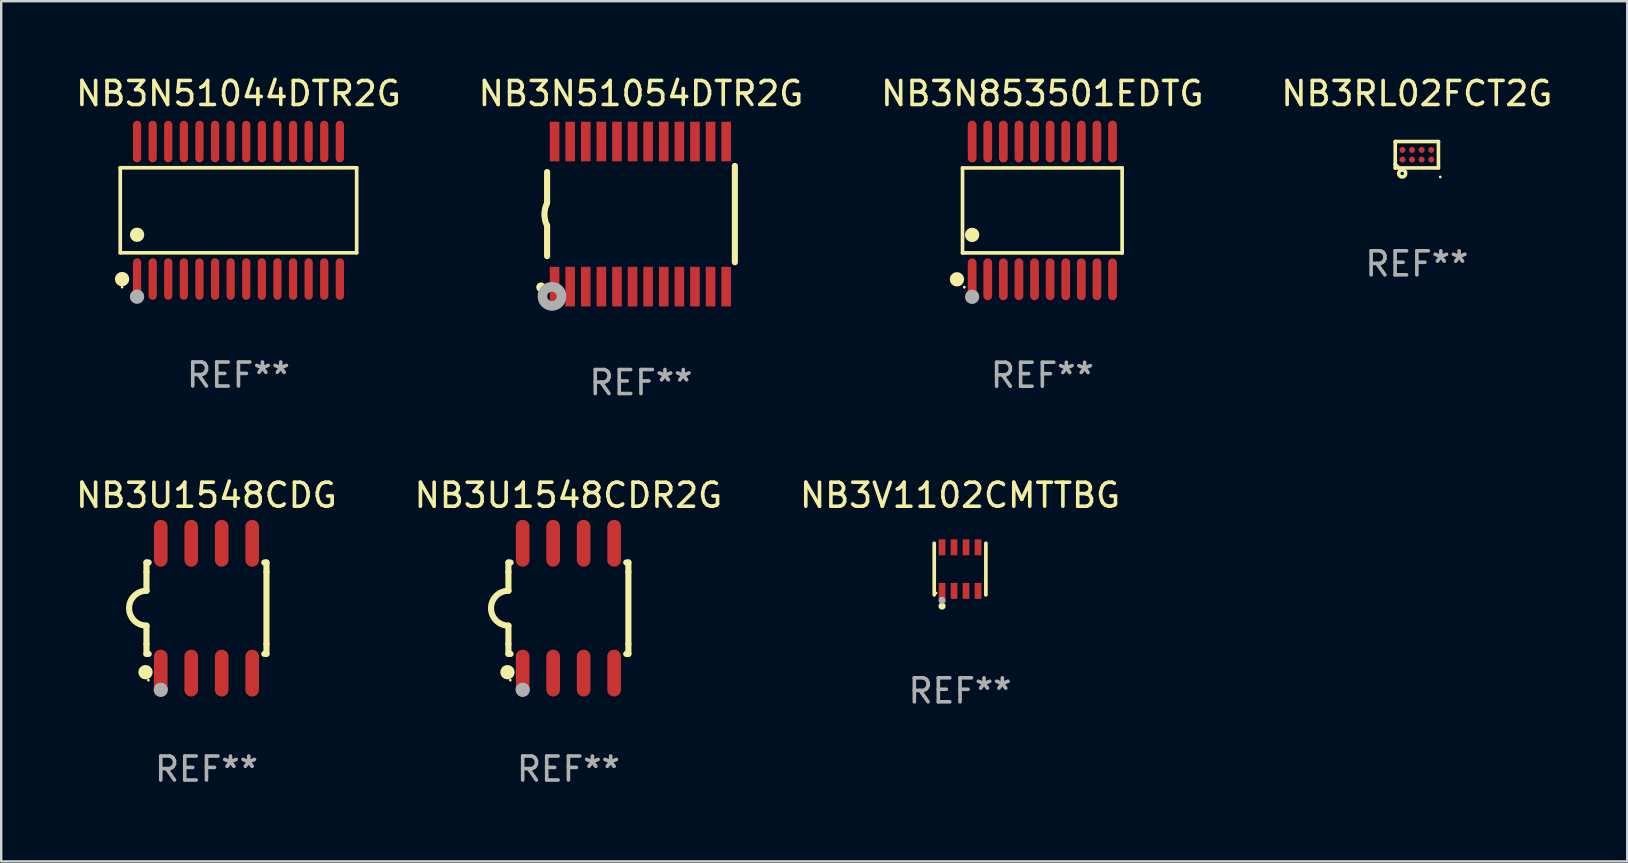
<source format=kicad_pcb>
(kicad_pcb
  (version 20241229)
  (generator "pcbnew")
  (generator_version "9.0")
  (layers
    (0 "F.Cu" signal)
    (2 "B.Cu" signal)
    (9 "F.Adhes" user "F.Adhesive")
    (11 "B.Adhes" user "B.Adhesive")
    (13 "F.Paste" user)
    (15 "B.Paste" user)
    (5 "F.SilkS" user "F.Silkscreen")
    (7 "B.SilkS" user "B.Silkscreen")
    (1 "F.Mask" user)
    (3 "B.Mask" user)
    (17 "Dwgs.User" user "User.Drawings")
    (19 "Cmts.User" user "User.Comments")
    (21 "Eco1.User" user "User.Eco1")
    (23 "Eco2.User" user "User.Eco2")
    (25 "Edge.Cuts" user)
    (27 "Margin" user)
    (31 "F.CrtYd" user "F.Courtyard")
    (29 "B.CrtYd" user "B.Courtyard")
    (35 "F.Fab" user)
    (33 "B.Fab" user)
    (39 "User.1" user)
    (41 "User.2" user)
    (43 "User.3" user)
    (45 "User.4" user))
  (footprint "NB3U1548CDG"
    (layer "F.Cu")
    (at 5.554 22.295)
    (property "Reference" "NB3U1548CDG" (at 0 -4.705 0) (layer "F.SilkS") (effects (font (size 1 1) (thickness 0.15))))
    (attr through_hole)
    (fp_line (start -2.5 -1.905) (end -2.409 -1.905) (stroke (width 0.254) (type solid)) (layer "F.SilkS"))
    (fp_line (start -2.5 -1.5) (end -2.5 -1.905) (stroke (width 0.254) (type solid)) (layer "F.SilkS"))
    (fp_line (start -2.5 -1.5) (end -2.5 -0.726) (stroke (width 0.254) (type solid)) (layer "F.SilkS"))
    (fp_line (start -2.5 1.5) (end -2.5 0.727) (stroke (width 0.254) (type solid)) (layer "F.SilkS"))
    (fp_line (start -2.5 1.5) (end -2.5 1.905) (stroke (width 0.254) (type solid)) (layer "F.SilkS"))
    (fp_line (start -2.5 1.905) (end -2.409 1.905) (stroke (width 0.254) (type solid)) (layer "F.SilkS"))
    (fp_line (start 2.5 -1.905) (end 2.409 -1.905) (stroke (width 0.254) (type solid)) (layer "F.SilkS"))
    (fp_line (start 2.5 -1.5) (end 2.5 -1.905) (stroke (width 0.254) (type solid)) (layer "F.SilkS"))
    (fp_line (start 2.5 -1.5) (end 2.5 1.5) (stroke (width 0.254) (type solid)) (layer "F.SilkS"))
    (fp_line (start 2.5 1.5) (end 2.5 1.905) (stroke (width 0.254) (type solid)) (layer "F.SilkS"))
    (fp_line (start 2.5 1.905) (end 2.409 1.905) (stroke (width 0.254) (type solid)) (layer "F.SilkS"))
    (fp_arc (start -2.5 0.726568) (mid -3.220316 -0.0023) (end -2.495097 -0.726289) (stroke (width 0.254001) (type solid)) (layer "F.SilkS"))
    (fp_circle (center -2.54 2.667) (end -2.39 2.667) (stroke (width 0.3) (type solid)) (fill no) (layer "F.SilkS"))
    (fp_circle (center -2.42 3) (end -2.39 3) (stroke (width 0.06) (type solid)) (fill no) (layer "F.SilkS"))
    (fp_circle (center -1.905 3.4) (end -1.755 3.4) (stroke (width 0.3) (type solid)) (fill no) (layer "F.Fab"))
    (fp_text user "REF**" (at 0 6.705 0) (layer "F.Fab") (effects (font (size 1 1) (thickness 0.15))))
    (pad "1" smd oval (at -1.905 2.705) (size 0.568 1.95) (layers "F.Cu" "F.Mask" "F.Paste"))
    (pad "2" smd oval (at -0.635 2.705) (size 0.568 1.95) (layers "F.Cu" "F.Mask" "F.Paste"))
    (pad "3" smd oval (at 0.635 2.705) (size 0.568 1.95) (layers "F.Cu" "F.Mask" "F.Paste"))
    (pad "4" smd oval (at 1.905 2.705) (size 0.568 1.95) (layers "F.Cu" "F.Mask" "F.Paste"))
    (pad "5" smd oval (at 1.905 -2.705) (size 0.568 1.95) (layers "F.Cu" "F.Mask" "F.Paste"))
    (pad "6" smd oval (at 0.635 -2.705) (size 0.568 1.95) (layers "F.Cu" "F.Mask" "F.Paste"))
    (pad "7" smd oval (at -0.635 -2.705) (size 0.568 1.95) (layers "F.Cu" "F.Mask" "F.Paste"))
    (pad "8" smd oval (at -1.905 -2.705) (size 0.568 1.95) (layers "F.Cu" "F.Mask" "F.Paste")))
  (footprint "NB3N51044DTR2G"
    (layer "F.Cu")
    (at 6.887 5.714)
    (property "Reference" "NB3N51044DTR2G" (at 0 -4.866 0) (layer "F.SilkS") (effects (font (size 1 1) (thickness 0.15))))
    (attr through_hole)
    (fp_line (start -4.926 -1.772) (end 4.926 -1.772) (stroke (width 0.152) (type solid)) (layer "F.SilkS"))
    (fp_line (start -4.926 1.771) (end -4.926 -1.772) (stroke (width 0.152) (type solid)) (layer "F.SilkS"))
    (fp_line (start 4.926 -1.772) (end 4.926 1.771) (stroke (width 0.152) (type solid)) (layer "F.SilkS"))
    (fp_line (start 4.926 1.771) (end -4.926 1.771) (stroke (width 0.152) (type solid)) (layer "F.SilkS"))
    (fp_circle (center -4.85 3.2) (end -4.82 3.2) (stroke (width 0.06) (type solid)) (fill no) (layer "F.SilkS"))
    (fp_circle (center -4.849 2.866) (end -4.699 2.866) (stroke (width 0.3) (type solid)) (fill no) (layer "F.SilkS"))
    (fp_circle (center -4.225 1.019) (end -4.075 1.019) (stroke (width 0.3) (type solid)) (fill no) (layer "F.SilkS"))
    (fp_circle (center -4.225 3.6) (end -4.075 3.6) (stroke (width 0.3) (type solid)) (fill no) (layer "F.Fab"))
    (fp_text user "REF**" (at 0 6.866 0) (layer "F.Fab") (effects (font (size 1 1) (thickness 0.15))))
    (pad "1" smd oval (at -4.225 2.866) (size 0.343 1.731) (layers "F.Cu" "F.Mask" "F.Paste"))
    (pad "2" smd oval (at -3.575 2.866) (size 0.343 1.731) (layers "F.Cu" "F.Mask" "F.Paste"))
    (pad "3" smd oval (at -2.925 2.866) (size 0.343 1.731) (layers "F.Cu" "F.Mask" "F.Paste"))
    (pad "4" smd oval (at -2.275 2.866) (size 0.343 1.731) (layers "F.Cu" "F.Mask" "F.Paste"))
    (pad "5" smd oval (at -1.625 2.866) (size 0.343 1.731) (layers "F.Cu" "F.Mask" "F.Paste"))
    (pad "6" smd oval (at -0.975 2.866) (size 0.343 1.731) (layers "F.Cu" "F.Mask" "F.Paste"))
    (pad "7" smd oval (at -0.325 2.866) (size 0.343 1.731) (layers "F.Cu" "F.Mask" "F.Paste"))
    (pad "8" smd oval (at 0.325 2.866) (size 0.343 1.731) (layers "F.Cu" "F.Mask" "F.Paste"))
    (pad "9" smd oval (at 0.975 2.866) (size 0.343 1.731) (layers "F.Cu" "F.Mask" "F.Paste"))
    (pad "10" smd oval (at 1.625 2.866) (size 0.343 1.731) (layers "F.Cu" "F.Mask" "F.Paste"))
    (pad "11" smd oval (at 2.275 2.866) (size 0.343 1.731) (layers "F.Cu" "F.Mask" "F.Paste"))
    (pad "12" smd oval (at 2.925 2.866) (size 0.343 1.731) (layers "F.Cu" "F.Mask" "F.Paste"))
    (pad "13" smd oval (at 3.575 2.866) (size 0.343 1.731) (layers "F.Cu" "F.Mask" "F.Paste"))
    (pad "14" smd oval (at 4.225 2.866) (size 0.343 1.731) (layers "F.Cu" "F.Mask" "F.Paste"))
    (pad "15" smd oval (at 4.225 -2.866) (size 0.343 1.731) (layers "F.Cu" "F.Mask" "F.Paste"))
    (pad "16" smd oval (at 3.575 -2.866) (size 0.343 1.731) (layers "F.Cu" "F.Mask" "F.Paste"))
    (pad "17" smd oval (at 2.925 -2.866) (size 0.343 1.731) (layers "F.Cu" "F.Mask" "F.Paste"))
    (pad "18" smd oval (at 2.275 -2.866) (size 0.343 1.731) (layers "F.Cu" "F.Mask" "F.Paste"))
    (pad "19" smd oval (at 1.625 -2.866) (size 0.343 1.731) (layers "F.Cu" "F.Mask" "F.Paste"))
    (pad "20" smd oval (at 0.975 -2.866) (size 0.343 1.731) (layers "F.Cu" "F.Mask" "F.Paste"))
    (pad "21" smd oval (at 0.325 -2.866) (size 0.343 1.731) (layers "F.Cu" "F.Mask" "F.Paste"))
    (pad "22" smd oval (at -0.325 -2.866) (size 0.343 1.731) (layers "F.Cu" "F.Mask" "F.Paste"))
    (pad "23" smd oval (at -0.975 -2.866) (size 0.343 1.731) (layers "F.Cu" "F.Mask" "F.Paste"))
    (pad "24" smd oval (at -1.625 -2.866) (size 0.343 1.731) (layers "F.Cu" "F.Mask" "F.Paste"))
    (pad "25" smd oval (at -2.275 -2.866) (size 0.343 1.731) (layers "F.Cu" "F.Mask" "F.Paste"))
    (pad "26" smd oval (at -2.925 -2.866) (size 0.343 1.731) (layers "F.Cu" "F.Mask" "F.Paste"))
    (pad "27" smd oval (at -3.575 -2.866) (size 0.343 1.731) (layers "F.Cu" "F.Mask" "F.Paste"))
    (pad "28" smd oval (at -4.225 -2.866) (size 0.343 1.731) (layers "F.Cu" "F.Mask" "F.Paste")))
  (footprint "NB3N51054DTR2G"
    (layer "F.Cu")
    (at 23.661 5.871)
    (property "Reference" "NB3N51054DTR2G" (at 0 -5.023 0) (layer "F.SilkS") (effects (font (size 1 1) (thickness 0.15))))
    (attr through_hole)
    (fp_line (start -3.912 -0.483) (end -3.912 -1.753) (stroke (width 0.254) (type solid)) (layer "F.SilkS"))
    (fp_line (start -3.912 1.753) (end -3.912 0.483) (stroke (width 0.254) (type solid)) (layer "F.SilkS"))
    (fp_line (start 3.912 -2.007) (end 3.912 2.007) (stroke (width 0.254) (type solid)) (layer "F.SilkS"))
    (fp_arc (start -3.911608 0.482601) (mid -4.022537 0.0127) (end -3.911608 -0.457201) (stroke (width 0.254001) (type solid)) (layer "F.SilkS"))
    (fp_circle (center -4.166 3.048) (end -4.066 3.048) (stroke (width 0.2) (type solid)) (fill no) (layer "F.SilkS"))
    (fp_circle (center -3.925 3.186) (end -3.895 3.186) (stroke (width 0.06) (type solid)) (fill no) (layer "F.SilkS"))
    (fp_circle (center -3.708 3.429) (end -3.509 3.429) (stroke (width 0.4) (type solid)) (fill no) (layer "F.Fab"))
    (fp_text user "REF**" (at 0 7.023 0) (layer "F.Fab") (effects (font (size 1 1) (thickness 0.15))))
    (pad "1" smd rect (at -3.6 3.023) (size 0.4 1.65) (layers "F.Cu" "F.Mask" "F.Paste"))
    (pad "2" smd rect (at -2.95 3.023) (size 0.4 1.65) (layers "F.Cu" "F.Mask" "F.Paste"))
    (pad "3" smd rect (at -2.3 3.023) (size 0.4 1.65) (layers "F.Cu" "F.Mask" "F.Paste"))
    (pad "4" smd rect (at -1.65 3.023) (size 0.4 1.65) (layers "F.Cu" "F.Mask" "F.Paste"))
    (pad "5" smd rect (at -1 3.023) (size 0.4 1.65) (layers "F.Cu" "F.Mask" "F.Paste"))
    (pad "6" smd rect (at -0.35 3.023) (size 0.4 1.65) (layers "F.Cu" "F.Mask" "F.Paste"))
    (pad "7" smd rect (at 0.299 3.023) (size 0.4 1.65) (layers "F.Cu" "F.Mask" "F.Paste"))
    (pad "8" smd rect (at 0.95 3.023) (size 0.4 1.65) (layers "F.Cu" "F.Mask" "F.Paste"))
    (pad "9" smd rect (at 1.6 3.023) (size 0.4 1.65) (layers "F.Cu" "F.Mask" "F.Paste"))
    (pad "10" smd rect (at 2.25 3.023) (size 0.4 1.65) (layers "F.Cu" "F.Mask" "F.Paste"))
    (pad "11" smd rect (at 2.9 3.023) (size 0.4 1.65) (layers "F.Cu" "F.Mask" "F.Paste"))
    (pad "12" smd rect (at 3.549 3.023) (size 0.4 1.65) (layers "F.Cu" "F.Mask" "F.Paste"))
    (pad "13" smd rect (at 3.549 -3.023) (size 0.4 1.65) (layers "F.Cu" "F.Mask" "F.Paste"))
    (pad "14" smd rect (at 2.9 -3.023) (size 0.4 1.65) (layers "F.Cu" "F.Mask" "F.Paste"))
    (pad "15" smd rect (at 2.25 -3.023) (size 0.4 1.65) (layers "F.Cu" "F.Mask" "F.Paste"))
    (pad "16" smd rect (at 1.6 -3.023) (size 0.4 1.65) (layers "F.Cu" "F.Mask" "F.Paste"))
    (pad "17" smd rect (at 0.95 -3.023) (size 0.4 1.65) (layers "F.Cu" "F.Mask" "F.Paste"))
    (pad "18" smd rect (at 0.299 -3.023) (size 0.4 1.65) (layers "F.Cu" "F.Mask" "F.Paste"))
    (pad "19" smd rect (at -0.35 -3.023) (size 0.4 1.65) (layers "F.Cu" "F.Mask" "F.Paste"))
    (pad "20" smd rect (at -1 -3.023) (size 0.4 1.65) (layers "F.Cu" "F.Mask" "F.Paste"))
    (pad "21" smd rect (at -1.65 -3.023) (size 0.4 1.65) (layers "F.Cu" "F.Mask" "F.Paste"))
    (pad "22" smd rect (at -2.3 -3.023) (size 0.4 1.65) (layers "F.Cu" "F.Mask" "F.Paste"))
    (pad "23" smd rect (at -2.95 -3.023) (size 0.4 1.65) (layers "F.Cu" "F.Mask" "F.Paste"))
    (pad "24" smd rect (at -3.6 -3.023) (size 0.4 1.65) (layers "F.Cu" "F.Mask" "F.Paste")))
  (footprint "NB3V1102CMTTBG"
    (layer "F.Cu")
    (at 36.958 20.666)
    (property "Reference" "NB3V1102CMTTBG" (at 0 -3.076 0) (layer "F.SilkS") (effects (font (size 1 1) (thickness 0.15))))
    (attr through_hole)
    (fp_line (start -1.076 1.076) (end -1.076 -1.076) (stroke (width 0.152) (type solid)) (layer "F.SilkS"))
    (fp_line (start 1.076 1.076) (end 1.076 -1.076) (stroke (width 0.152) (type solid)) (layer "F.SilkS"))
    (fp_circle (center -1 1) (end -0.97 1) (stroke (width 0.06) (type solid)) (fill no) (layer "F.SilkS"))
    (fp_circle (center -0.75 1.54) (end -0.675 1.54) (stroke (width 0.15) (type solid)) (fill no) (layer "F.SilkS"))
    (fp_circle (center -0.75 1.3) (end -0.675 1.3) (stroke (width 0.15) (type solid)) (fill no) (layer "F.Fab"))
    (fp_text user "REF**" (at 0 5.076 0) (layer "F.Fab") (effects (font (size 1 1) (thickness 0.15))))
    (pad "1" smd rect (at -0.75 0.908) (size 0.28 0.665) (layers "F.Cu" "F.Mask" "F.Paste"))
    (pad "2" smd rect (at -0.25 0.908) (size 0.28 0.665) (layers "F.Cu" "F.Mask" "F.Paste"))
    (pad "3" smd rect (at 0.25 0.908) (size 0.28 0.665) (layers "F.Cu" "F.Mask" "F.Paste"))
    (pad "4" smd rect (at 0.75 0.908) (size 0.28 0.665) (layers "F.Cu" "F.Mask" "F.Paste"))
    (pad "5" smd rect (at 0.75 -0.908) (size 0.28 0.665) (layers "F.Cu" "F.Mask" "F.Paste"))
    (pad "6" smd rect (at 0.25 -0.908) (size 0.28 0.665) (layers "F.Cu" "F.Mask" "F.Paste"))
    (pad "7" smd rect (at -0.25 -0.908) (size 0.28 0.665) (layers "F.Cu" "F.Mask" "F.Paste"))
    (pad "8" smd rect (at -0.75 -0.908) (size 0.28 0.665) (layers "F.Cu" "F.Mask" "F.Paste")))
  (footprint "NB3U1548CDR2G"
    (layer "F.Cu")
    (at 20.637 22.295)
    (property "Reference" "NB3U1548CDR2G" (at 0 -4.705 0) (layer "F.SilkS") (effects (font (size 1 1) (thickness 0.15))))
    (attr through_hole)
    (fp_line (start -2.5 -1.905) (end -2.409 -1.905) (stroke (width 0.254) (type solid)) (layer "F.SilkS"))
    (fp_line (start -2.5 -1.5) (end -2.5 -1.905) (stroke (width 0.254) (type solid)) (layer "F.SilkS"))
    (fp_line (start -2.5 -1.5) (end -2.5 -0.726) (stroke (width 0.254) (type solid)) (layer "F.SilkS"))
    (fp_line (start -2.5 1.5) (end -2.5 0.727) (stroke (width 0.254) (type solid)) (layer "F.SilkS"))
    (fp_line (start -2.5 1.5) (end -2.5 1.905) (stroke (width 0.254) (type solid)) (layer "F.SilkS"))
    (fp_line (start -2.5 1.905) (end -2.409 1.905) (stroke (width 0.254) (type solid)) (layer "F.SilkS"))
    (fp_line (start 2.5 -1.905) (end 2.409 -1.905) (stroke (width 0.254) (type solid)) (layer "F.SilkS"))
    (fp_line (start 2.5 -1.5) (end 2.5 -1.905) (stroke (width 0.254) (type solid)) (layer "F.SilkS"))
    (fp_line (start 2.5 -1.5) (end 2.5 1.5) (stroke (width 0.254) (type solid)) (layer "F.SilkS"))
    (fp_line (start 2.5 1.5) (end 2.5 1.905) (stroke (width 0.254) (type solid)) (layer "F.SilkS"))
    (fp_line (start 2.5 1.905) (end 2.409 1.905) (stroke (width 0.254) (type solid)) (layer "F.SilkS"))
    (fp_arc (start -2.5 0.726568) (mid -3.220316 -0.0023) (end -2.495097 -0.726289) (stroke (width 0.254001) (type solid)) (layer "F.SilkS"))
    (fp_circle (center -2.54 2.667) (end -2.39 2.667) (stroke (width 0.3) (type solid)) (fill no) (layer "F.SilkS"))
    (fp_circle (center -2.42 3) (end -2.39 3) (stroke (width 0.06) (type solid)) (fill no) (layer "F.SilkS"))
    (fp_circle (center -1.905 3.4) (end -1.755 3.4) (stroke (width 0.3) (type solid)) (fill no) (layer "F.Fab"))
    (fp_text user "REF**" (at 0 6.705 0) (layer "F.Fab") (effects (font (size 1 1) (thickness 0.15))))
    (pad "1" smd oval (at -1.905 2.705) (size 0.568 1.95) (layers "F.Cu" "F.Mask" "F.Paste"))
    (pad "2" smd oval (at -0.635 2.705) (size 0.568 1.95) (layers "F.Cu" "F.Mask" "F.Paste"))
    (pad "3" smd oval (at 0.635 2.705) (size 0.568 1.95) (layers "F.Cu" "F.Mask" "F.Paste"))
    (pad "4" smd oval (at 1.905 2.705) (size 0.568 1.95) (layers "F.Cu" "F.Mask" "F.Paste"))
    (pad "5" smd oval (at 1.905 -2.705) (size 0.568 1.95) (layers "F.Cu" "F.Mask" "F.Paste"))
    (pad "6" smd oval (at 0.635 -2.705) (size 0.568 1.95) (layers "F.Cu" "F.Mask" "F.Paste"))
    (pad "7" smd oval (at -0.635 -2.705) (size 0.568 1.95) (layers "F.Cu" "F.Mask" "F.Paste"))
    (pad "8" smd oval (at -1.905 -2.705) (size 0.568 1.95) (layers "F.Cu" "F.Mask" "F.Paste")))
  (footprint "NB3RL02FCT2G"
    (layer "F.Cu")
    (at 55.994 3.398)
    (property "Reference" "NB3RL02FCT2G" (at 0 -2.55 0) (layer "F.SilkS") (effects (font (size 1 1) (thickness 0.15))))
    (attr through_hole)
    (fp_line (start -0.9 -0.55) (end 0.9 -0.55) (stroke (width 0.15) (type solid)) (layer "F.SilkS"))
    (fp_line (start -0.9 0.398) (end -0.9 0.399) (stroke (width 0.15) (type solid)) (layer "F.SilkS"))
    (fp_line (start -0.9 0.399) (end -0.749 0.55) (stroke (width 0.15) (type solid)) (layer "F.SilkS"))
    (fp_line (start -0.9 0.55) (end -0.9 -0.55) (stroke (width 0.15) (type solid)) (layer "F.SilkS"))
    (fp_line (start -0.9 0.55) (end 0.9 0.55) (stroke (width 0.15) (type solid)) (layer "F.SilkS"))
    (fp_line (start 0.9 0.55) (end 0.9 -0.55) (stroke (width 0.15) (type solid)) (layer "F.SilkS"))
    (fp_circle (center -0.61 0.78) (end -0.538 0.78) (stroke (width 0.15) (type solid)) (fill no) (layer "F.SilkS"))
    (fp_circle (center 0.975 0.927) (end 1.005 0.927) (stroke (width 0.06) (type solid)) (fill no) (layer "F.SilkS"))
    (fp_text user "REF**" (at 0 4.55 0) (layer "F.Fab") (effects (font (size 1 1) (thickness 0.15))))
    (pad "A1" smd circle (at -0.6 0.2) (size 0.25 0.25) (layers "F.Cu" "F.Mask" "F.Paste"))
    (pad "A2" smd circle (at -0.6 -0.2) (size 0.25 0.25) (layers "F.Cu" "F.Mask" "F.Paste"))
    (pad "B1" smd circle (at -0.2 0.2) (size 0.25 0.25) (layers "F.Cu" "F.Mask" "F.Paste"))
    (pad "B2" smd circle (at -0.2 -0.2) (size 0.25 0.25) (layers "F.Cu" "F.Mask" "F.Paste"))
    (pad "C1" smd circle (at 0.2 0.2) (size 0.25 0.25) (layers "F.Cu" "F.Mask" "F.Paste"))
    (pad "C2" smd circle (at 0.2 -0.2) (size 0.25 0.25) (layers "F.Cu" "F.Mask" "F.Paste"))
    (pad "D1" smd circle (at 0.6 0.2) (size 0.25 0.25) (layers "F.Cu" "F.Mask" "F.Paste"))
    (pad "D2" smd circle (at 0.6 -0.2) (size 0.25 0.25) (layers "F.Cu" "F.Mask" "F.Paste")))
  (footprint "NB3N853501EDTG"
    (layer "F.Cu")
    (at 40.387 5.719)
    (property "Reference" "NB3N853501EDTG" (at 0 -4.871 0) (layer "F.SilkS") (effects (font (size 1 1) (thickness 0.15))))
    (attr through_hole)
    (fp_line (start -3.326 -1.771) (end 3.326 -1.771) (stroke (width 0.152) (type solid)) (layer "F.SilkS"))
    (fp_line (start -3.326 1.771) (end -3.326 -1.771) (stroke (width 0.152) (type solid)) (layer "F.SilkS"))
    (fp_line (start 3.326 -1.771) (end 3.326 1.771) (stroke (width 0.152) (type solid)) (layer "F.SilkS"))
    (fp_line (start 3.326 1.771) (end -3.326 1.771) (stroke (width 0.152) (type solid)) (layer "F.SilkS"))
    (fp_circle (center -3.559 2.871) (end -3.409 2.871) (stroke (width 0.3) (type solid)) (fill no) (layer "F.SilkS"))
    (fp_circle (center -3.25 3.2) (end -3.22 3.2) (stroke (width 0.06) (type solid)) (fill no) (layer "F.SilkS"))
    (fp_circle (center -2.925 1.019) (end -2.775 1.019) (stroke (width 0.3) (type solid)) (fill no) (layer "F.SilkS"))
    (fp_circle (center -2.925 3.6) (end -2.775 3.6) (stroke (width 0.3) (type solid)) (fill no) (layer "F.Fab"))
    (fp_text user "REF**" (at 0 6.871 0) (layer "F.Fab") (effects (font (size 1 1) (thickness 0.15))))
    (pad "1" smd oval (at -2.925 2.871) (size 0.364 1.742) (layers "F.Cu" "F.Mask" "F.Paste"))
    (pad "2" smd oval (at -2.275 2.871) (size 0.364 1.742) (layers "F.Cu" "F.Mask" "F.Paste"))
    (pad "3" smd oval (at -1.625 2.871) (size 0.364 1.742) (layers "F.Cu" "F.Mask" "F.Paste"))
    (pad "4" smd oval (at -0.975 2.871) (size 0.364 1.742) (layers "F.Cu" "F.Mask" "F.Paste"))
    (pad "5" smd oval (at -0.325 2.871) (size 0.364 1.742) (layers "F.Cu" "F.Mask" "F.Paste"))
    (pad "6" smd oval (at 0.325 2.871) (size 0.364 1.742) (layers "F.Cu" "F.Mask" "F.Paste"))
    (pad "7" smd oval (at 0.975 2.871) (size 0.364 1.742) (layers "F.Cu" "F.Mask" "F.Paste"))
    (pad "8" smd oval (at 1.625 2.871) (size 0.364 1.742) (layers "F.Cu" "F.Mask" "F.Paste"))
    (pad "9" smd oval (at 2.275 2.871) (size 0.364 1.742) (layers "F.Cu" "F.Mask" "F.Paste"))
    (pad "10" smd oval (at 2.925 2.871) (size 0.364 1.742) (layers "F.Cu" "F.Mask" "F.Paste"))
    (pad "11" smd oval (at 2.925 -2.871) (size 0.364 1.742) (layers "F.Cu" "F.Mask" "F.Paste"))
    (pad "12" smd oval (at 2.275 -2.871) (size 0.364 1.742) (layers "F.Cu" "F.Mask" "F.Paste"))
    (pad "13" smd oval (at 1.625 -2.871) (size 0.364 1.742) (layers "F.Cu" "F.Mask" "F.Paste"))
    (pad "14" smd oval (at 0.975 -2.871) (size 0.364 1.742) (layers "F.Cu" "F.Mask" "F.Paste"))
    (pad "15" smd oval (at 0.325 -2.871) (size 0.364 1.742) (layers "F.Cu" "F.Mask" "F.Paste"))
    (pad "16" smd oval (at -0.325 -2.871) (size 0.364 1.742) (layers "F.Cu" "F.Mask" "F.Paste"))
    (pad "17" smd oval (at -0.975 -2.871) (size 0.364 1.742) (layers "F.Cu" "F.Mask" "F.Paste"))
    (pad "18" smd oval (at -1.625 -2.871) (size 0.364 1.742) (layers "F.Cu" "F.Mask" "F.Paste"))
    (pad "19" smd oval (at -2.275 -2.871) (size 0.364 1.742) (layers "F.Cu" "F.Mask" "F.Paste"))
    (pad "20" smd oval (at -2.925 -2.871) (size 0.364 1.742) (layers "F.Cu" "F.Mask" "F.Paste")))
  (gr_rect
    (start -3 -3)
    (end 64.762 32.848)
    (stroke (width 0.1) (type default))
    (fill no)
    (layer "Edge.Cuts")))
</source>
